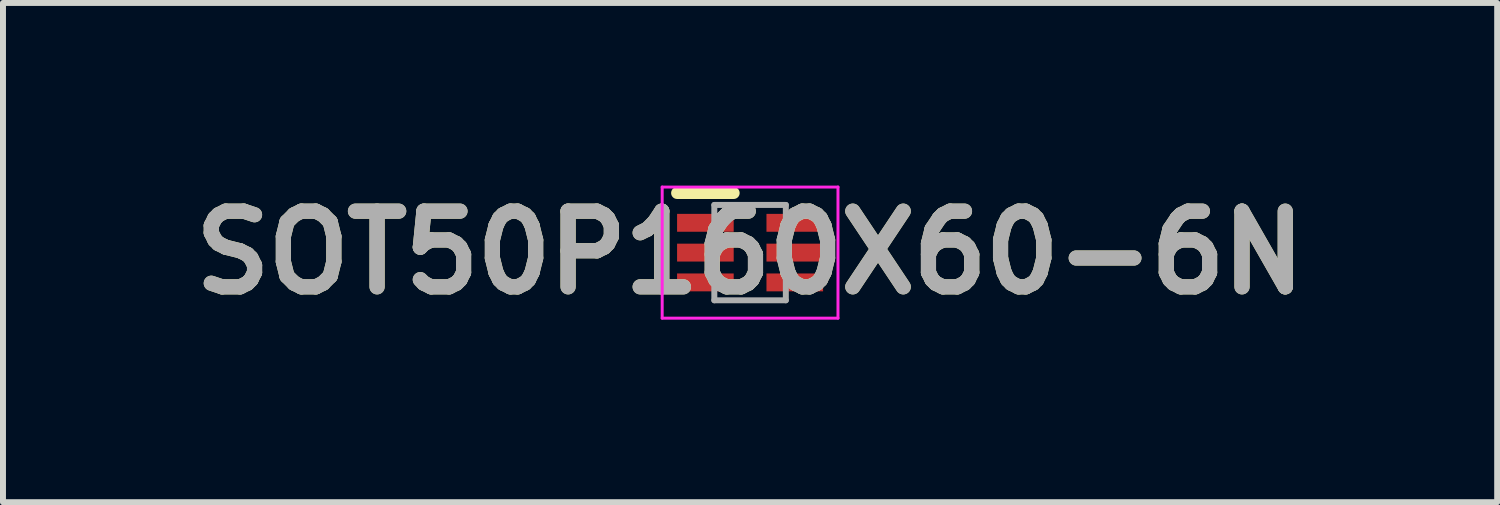
<source format=kicad_pcb>
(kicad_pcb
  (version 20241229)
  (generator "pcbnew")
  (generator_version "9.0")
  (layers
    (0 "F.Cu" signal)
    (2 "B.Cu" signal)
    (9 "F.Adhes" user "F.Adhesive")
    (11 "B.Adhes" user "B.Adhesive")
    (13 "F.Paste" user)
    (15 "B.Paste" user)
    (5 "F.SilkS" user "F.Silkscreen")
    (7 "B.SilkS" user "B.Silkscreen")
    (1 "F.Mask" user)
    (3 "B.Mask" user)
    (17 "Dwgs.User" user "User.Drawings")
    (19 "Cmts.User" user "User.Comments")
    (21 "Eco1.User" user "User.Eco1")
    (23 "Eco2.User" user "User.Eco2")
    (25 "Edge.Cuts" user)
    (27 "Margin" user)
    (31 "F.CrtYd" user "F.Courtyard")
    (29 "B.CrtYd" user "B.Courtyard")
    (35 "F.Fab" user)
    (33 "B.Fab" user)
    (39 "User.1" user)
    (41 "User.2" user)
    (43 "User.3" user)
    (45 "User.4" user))
  (footprint "SOT50P160X60-6N"
    (layer "F.Cu")
    (at 9.537 1.189)
    (property "Reference" "SOT50P160X60-6N" (at 0 0 0) (layer "F.SilkS") (effects (font (size 1.27 1.27) (thickness 0.254))))
    (attr smd)
    (fp_line (start -1.225 -1) (end -0.275 -1) (stroke (width 0.2) (type solid)) (layer "F.SilkS"))
    (fp_line (start -1.475 -1.1) (end 1.475 -1.1) (stroke (width 0.05) (type solid)) (layer "F.CrtYd"))
    (fp_line (start -1.475 1.1) (end -1.475 -1.1) (stroke (width 0.05) (type solid)) (layer "F.CrtYd"))
    (fp_line (start 1.475 -1.1) (end 1.475 1.1) (stroke (width 0.05) (type solid)) (layer "F.CrtYd"))
    (fp_line (start 1.475 1.1) (end -1.475 1.1) (stroke (width 0.05) (type solid)) (layer "F.CrtYd"))
    (fp_line (start -0.6 -0.8) (end 0.6 -0.8) (stroke (width 0.1) (type solid)) (layer "F.Fab"))
    (fp_line (start -0.6 -0.3) (end -0.1 -0.8) (stroke (width 0.1) (type solid)) (layer "F.Fab"))
    (fp_line (start -0.6 0.8) (end -0.6 -0.8) (stroke (width 0.1) (type solid)) (layer "F.Fab"))
    (fp_line (start 0.6 -0.8) (end 0.6 0.8) (stroke (width 0.1) (type solid)) (layer "F.Fab"))
    (fp_line (start 0.6 0.8) (end -0.6 0.8) (stroke (width 0.1) (type solid)) (layer "F.Fab"))
    (fp_text user "${REFERENCE}" (at 0 0 0) (layer "F.Fab") (effects (font (size 1.27 1.27) (thickness 0.254))))
    (pad "1" smd rect (at -0.75 -0.5 90) (size 0.3 0.95) (layers "F.Cu" "F.Mask" "F.Paste"))
    (pad "2" smd rect (at -0.75 0 90) (size 0.3 0.95) (layers "F.Cu" "F.Mask" "F.Paste"))
    (pad "3" smd rect (at -0.75 0.5 90) (size 0.3 0.95) (layers "F.Cu" "F.Mask" "F.Paste"))
    (pad "4" smd rect (at 0.75 0.5 90) (size 0.3 0.95) (layers "F.Cu" "F.Mask" "F.Paste"))
    (pad "5" smd rect (at 0.75 0 90) (size 0.3 0.95) (layers "F.Cu" "F.Mask" "F.Paste"))
    (pad "6" smd rect (at 0.75 -0.5 90) (size 0.3 0.95) (layers "F.Cu" "F.Mask" "F.Paste")))
  (gr_rect
    (start -3 -3)
    (end 22.074 5.377)
    (stroke (width 0.1) (type default))
    (fill no)
    (layer "Edge.Cuts")))
</source>
